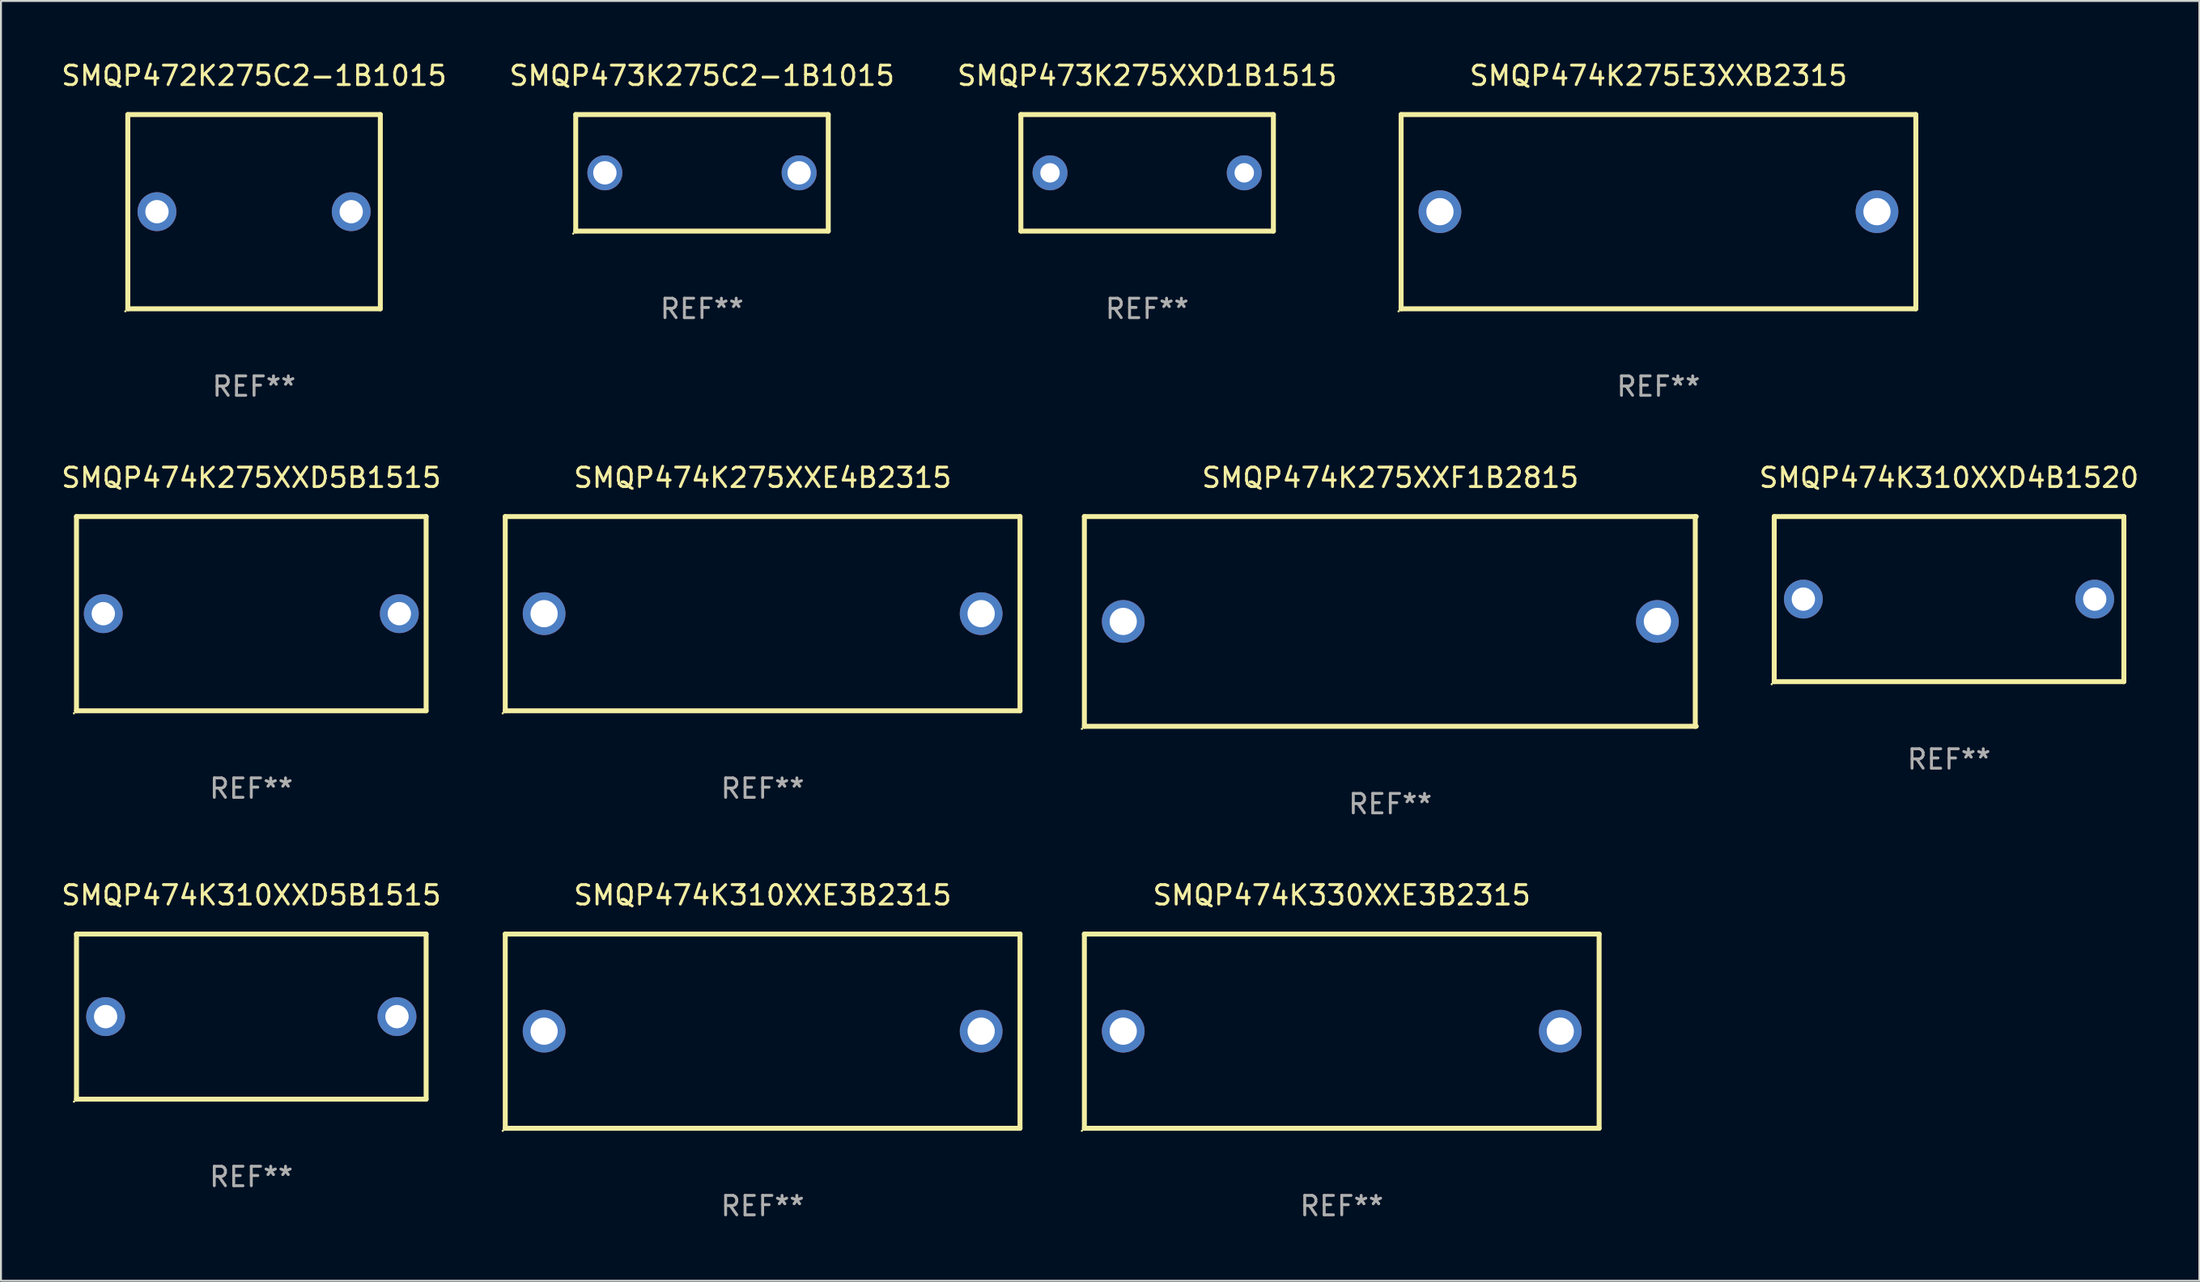
<source format=kicad_pcb>
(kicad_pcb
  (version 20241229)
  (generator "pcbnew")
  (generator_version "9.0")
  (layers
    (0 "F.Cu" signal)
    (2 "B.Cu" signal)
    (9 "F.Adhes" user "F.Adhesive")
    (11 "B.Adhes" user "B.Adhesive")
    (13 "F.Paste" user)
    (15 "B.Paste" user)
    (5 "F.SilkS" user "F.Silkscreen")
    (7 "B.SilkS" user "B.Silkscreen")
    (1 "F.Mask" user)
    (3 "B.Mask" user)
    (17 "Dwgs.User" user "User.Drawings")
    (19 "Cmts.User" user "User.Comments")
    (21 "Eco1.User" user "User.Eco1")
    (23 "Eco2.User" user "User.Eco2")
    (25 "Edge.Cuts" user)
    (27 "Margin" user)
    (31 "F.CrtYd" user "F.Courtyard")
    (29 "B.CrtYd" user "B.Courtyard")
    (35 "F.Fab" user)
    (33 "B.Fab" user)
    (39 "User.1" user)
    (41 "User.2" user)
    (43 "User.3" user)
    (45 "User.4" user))
  (footprint "SMQP473K275C2-1B1015"
    (layer "F.Cu")
    (at 33.089 5.848)
    (property "Reference" "SMQP473K275C2-1B1015" (at 0 -5 0) (layer "F.SilkS") (effects (font (size 1 1) (thickness 0.15))))
    (attr through_hole)
    (fp_line (start -6.5 -3) (end 6.5 -3) (stroke (width 0.254) (type solid)) (layer "F.SilkS"))
    (fp_line (start -6.5 3) (end -6.5 -3) (stroke (width 0.254) (type solid)) (layer "F.SilkS"))
    (fp_line (start -6.5 3) (end 6.5 3) (stroke (width 0.254) (type solid)) (layer "F.SilkS"))
    (fp_line (start 6.5 -3) (end 6.5 3) (stroke (width 0.254) (type solid)) (layer "F.SilkS"))
    (fp_circle (center -6.627 3.127) (end -6.597 3.127) (stroke (width 0.06) (type solid)) (fill no) (layer "F.SilkS"))
    (fp_text user "REF**" (at 0 7 0) (layer "F.Fab") (effects (font (size 1 1) (thickness 0.15))))
    (pad "1" thru_hole circle (at -5 0) (size 1.8 1.8) (drill 1.2) (layers "*.Cu" "*.Mask"))
    (pad "2" thru_hole circle (at 5 0) (size 1.8 1.8) (drill 1.2) (layers "*.Cu" "*.Mask")))
  (footprint "SMQP473K275XXD1B1515"
    (layer "F.Cu")
    (at 56.006 5.848)
    (property "Reference" "SMQP473K275XXD1B1515" (at 0 -5 0) (layer "F.SilkS") (effects (font (size 1 1) (thickness 0.15))))
    (attr through_hole)
    (fp_line (start -6.5 -3) (end 6.5 -3) (stroke (width 0.254) (type solid)) (layer "F.SilkS"))
    (fp_line (start -6.5 3) (end -6.5 -3) (stroke (width 0.254) (type solid)) (layer "F.SilkS"))
    (fp_line (start 6.5 -3) (end 6.5 3) (stroke (width 0.254) (type solid)) (layer "F.SilkS"))
    (fp_line (start 6.5 3) (end -6.5 3) (stroke (width 0.254) (type solid)) (layer "F.SilkS"))
    (fp_circle (center -6.5 3) (end -6.47 3) (stroke (width 0.06) (type solid)) (fill no) (layer "F.SilkS"))
    (fp_text user "REF**" (at 0 7 0) (layer "F.Fab") (effects (font (size 1 1) (thickness 0.15))))
    (pad "1" thru_hole circle (at -5 0) (size 1.8 1.8) (drill 1) (layers "*.Cu" "*.Mask"))
    (pad "2" thru_hole circle (at 5 0) (size 1.8 1.8) (drill 1) (layers "*.Cu" "*.Mask")))
  (footprint "SMQP474K330XXE3B2315"
    (layer "F.Cu")
    (at 66.025 50.041)
    (property "Reference" "SMQP474K330XXE3B2315" (at 0 -7 0) (layer "F.SilkS") (effects (font (size 1 1) (thickness 0.15))))
    (attr through_hole)
    (fp_line (start -13.25 -5) (end 13.25 -5) (stroke (width 0.254) (type solid)) (layer "F.SilkS"))
    (fp_line (start -13.25 5) (end -13.25 -5) (stroke (width 0.254) (type solid)) (layer "F.SilkS"))
    (fp_line (start 13.25 -5) (end 13.25 5) (stroke (width 0.254) (type solid)) (layer "F.SilkS"))
    (fp_line (start 13.25 5) (end -13.25 5) (stroke (width 0.254) (type solid)) (layer "F.SilkS"))
    (fp_circle (center -13.377 5.127) (end -13.347 5.127) (stroke (width 0.06) (type solid)) (fill no) (layer "F.SilkS"))
    (fp_text user "REF**" (at 0 9 0) (layer "F.Fab") (effects (font (size 1 1) (thickness 0.15))))
    (pad "1" thru_hole circle (at -11.25 0) (size 2.2 2.2) (drill 1.4) (layers "*.Cu" "*.Mask"))
    (pad "2" thru_hole circle (at 11.25 0) (size 2.2 2.2) (drill 1.4) (layers "*.Cu" "*.Mask")))
  (footprint "SMQP474K275XXD5B1515"
    (layer "F.Cu")
    (at 9.887 28.545)
    (property "Reference" "SMQP474K275XXD5B1515" (at 0 -7 0) (layer "F.SilkS") (effects (font (size 1 1) (thickness 0.15))))
    (attr through_hole)
    (fp_line (start -9 -5) (end 9 -5) (stroke (width 0.254) (type solid)) (layer "F.SilkS"))
    (fp_line (start -9 5) (end -9 -5) (stroke (width 0.254) (type solid)) (layer "F.SilkS"))
    (fp_line (start 9 -5) (end 9 5) (stroke (width 0.254) (type solid)) (layer "F.SilkS"))
    (fp_line (start 9 5) (end -9 5) (stroke (width 0.254) (type solid)) (layer "F.SilkS"))
    (fp_circle (center -9.127 5.127) (end -9.097 5.127) (stroke (width 0.06) (type solid)) (fill no) (layer "F.SilkS"))
    (fp_text user "REF**" (at 0 9 0) (layer "F.Fab") (effects (font (size 1 1) (thickness 0.15))))
    (pad "1" thru_hole circle (at -7.62 0) (size 2 2) (drill 1.2) (layers "*.Cu" "*.Mask"))
    (pad "2" thru_hole circle (at 7.62 0) (size 2 2) (drill 1.2) (layers "*.Cu" "*.Mask")))
  (footprint "SMQP474K275E3XXB2315"
    (layer "F.Cu")
    (at 82.33 7.848)
    (property "Reference" "SMQP474K275E3XXB2315" (at 0 -7 0) (layer "F.SilkS") (effects (font (size 1 1) (thickness 0.15))))
    (attr through_hole)
    (fp_line (start -13.25 -5) (end 13.25 -5) (stroke (width 0.254) (type solid)) (layer "F.SilkS"))
    (fp_line (start -13.25 5) (end -13.25 -5) (stroke (width 0.254) (type solid)) (layer "F.SilkS"))
    (fp_line (start 13.25 -5) (end 13.25 5) (stroke (width 0.254) (type solid)) (layer "F.SilkS"))
    (fp_line (start 13.25 5) (end -13.25 5) (stroke (width 0.254) (type solid)) (layer "F.SilkS"))
    (fp_circle (center -13.377 5.127) (end -13.347 5.127) (stroke (width 0.06) (type solid)) (fill no) (layer "F.SilkS"))
    (fp_text user "REF**" (at 0 9 0) (layer "F.Fab") (effects (font (size 1 1) (thickness 0.15))))
    (pad "1" thru_hole circle (at -11.25 0) (size 2.2 2.2) (drill 1.4) (layers "*.Cu" "*.Mask"))
    (pad "2" thru_hole circle (at 11.25 0) (size 2.2 2.2) (drill 1.4) (layers "*.Cu" "*.Mask")))
  (footprint "SMQP474K275XXF1B2815"
    (layer "F.Cu")
    (at 68.525 28.945)
    (property "Reference" "SMQP474K275XXF1B2815" (at 0 -7.4 0) (layer "F.SilkS") (effects (font (size 1 1) (thickness 0.15))))
    (attr through_hole)
    (fp_line (start -15.75 -5.4) (end 15.75 -5.4) (stroke (width 0.254) (type solid)) (layer "F.SilkS"))
    (fp_line (start -15.75 5.4) (end -15.75 -5.4) (stroke (width 0.254) (type solid)) (layer "F.SilkS"))
    (fp_line (start 15.7 -5.4) (end 15.7 5.4) (stroke (width 0.254) (type solid)) (layer "F.SilkS"))
    (fp_line (start 15.75 5.4) (end -15.75 5.4) (stroke (width 0.254) (type solid)) (layer "F.SilkS"))
    (fp_circle (center -15.877 5.527) (end -15.847 5.527) (stroke (width 0.06) (type solid)) (fill no) (layer "F.SilkS"))
    (fp_text user "REF**" (at 0 9.4 0) (layer "F.Fab") (effects (font (size 1 1) (thickness 0.15))))
    (pad "1" thru_hole circle (at -13.75 0) (size 2.2 2.2) (drill 1.4) (layers "*.Cu" "*.Mask"))
    (pad "2" thru_hole circle (at 13.75 0) (size 2.2 2.2) (drill 1.4) (layers "*.Cu" "*.Mask")))
  (footprint "SMQP474K275XXE4B2315"
    (layer "F.Cu")
    (at 36.211 28.545)
    (property "Reference" "SMQP474K275XXE4B2315" (at 0 -7 0) (layer "F.SilkS") (effects (font (size 1 1) (thickness 0.15))))
    (attr through_hole)
    (fp_line (start -13.25 -5) (end 13.25 -5) (stroke (width 0.254) (type solid)) (layer "F.SilkS"))
    (fp_line (start -13.25 5) (end -13.25 -5) (stroke (width 0.254) (type solid)) (layer "F.SilkS"))
    (fp_line (start 13.25 -5) (end 13.25 5) (stroke (width 0.254) (type solid)) (layer "F.SilkS"))
    (fp_line (start 13.25 5) (end -13.25 5) (stroke (width 0.254) (type solid)) (layer "F.SilkS"))
    (fp_circle (center -13.377 5.127) (end -13.347 5.127) (stroke (width 0.06) (type solid)) (fill no) (layer "F.SilkS"))
    (fp_text user "REF**" (at 0 9 0) (layer "F.Fab") (effects (font (size 1 1) (thickness 0.15))))
    (pad "1" thru_hole circle (at -11.25 0) (size 2.2 2.2) (drill 1.4) (layers "*.Cu" "*.Mask"))
    (pad "2" thru_hole circle (at 11.25 0) (size 2.2 2.2) (drill 1.4) (layers "*.Cu" "*.Mask")))
  (footprint "SMQP472K275C2-1B1015"
    (layer "F.Cu")
    (at 10.03 7.848)
    (property "Reference" "SMQP472K275C2-1B1015" (at 0 -7 0) (layer "F.SilkS") (effects (font (size 1 1) (thickness 0.15))))
    (attr through_hole)
    (fp_line (start -6.5 -5) (end -6.5 5) (stroke (width 0.254) (type solid)) (layer "F.SilkS"))
    (fp_line (start -6.5 -5) (end 6.5 -5) (stroke (width 0.254) (type solid)) (layer "F.SilkS"))
    (fp_line (start 6.5 -5) (end 6.5 5) (stroke (width 0.254) (type solid)) (layer "F.SilkS"))
    (fp_line (start 6.5 5) (end -6.5 5) (stroke (width 0.254) (type solid)) (layer "F.SilkS"))
    (fp_circle (center -6.627 5.127) (end -6.597 5.127) (stroke (width 0.06) (type solid)) (fill no) (layer "F.SilkS"))
    (fp_text user "REF**" (at 0 9 0) (layer "F.Fab") (effects (font (size 1 1) (thickness 0.15))))
    (pad "1" thru_hole circle (at -4.999 0) (size 2 2) (drill 1.2) (layers "*.Cu" "*.Mask"))
    (pad "2" thru_hole circle (at 5.001 0) (size 2 2) (drill 1.2) (layers "*.Cu" "*.Mask")))
  (footprint "SMQP474K310XXD4B1520"
    (layer "F.Cu")
    (at 97.289 27.795)
    (property "Reference" "SMQP474K310XXD4B1520" (at 0 -6.25 0) (layer "F.SilkS") (effects (font (size 1 1) (thickness 0.15))))
    (attr through_hole)
    (fp_line (start -9 -4.25) (end -9 4.25) (stroke (width 0.254) (type solid)) (layer "F.SilkS"))
    (fp_line (start -9 -4.25) (end 9 -4.25) (stroke (width 0.254) (type solid)) (layer "F.SilkS"))
    (fp_line (start 9 4.25) (end -9 4.25) (stroke (width 0.254) (type solid)) (layer "F.SilkS"))
    (fp_line (start 9 4.25) (end 9 -4.25) (stroke (width 0.254) (type solid)) (layer "F.SilkS"))
    (fp_circle (center -9.127 4.377) (end -9.097 4.377) (stroke (width 0.06) (type solid)) (fill no) (layer "F.SilkS"))
    (fp_text user "REF**" (at 0 8.25 0) (layer "F.Fab") (effects (font (size 1 1) (thickness 0.15))))
    (pad "1" thru_hole circle (at -7.5 0) (size 2 2) (drill 1.2) (layers "*.Cu" "*.Mask"))
    (pad "2" thru_hole circle (at 7.5 0) (size 2 2) (drill 1.2) (layers "*.Cu" "*.Mask")))
  (footprint "SMQP474K310XXD5B1515"
    (layer "F.Cu")
    (at 9.887 49.291)
    (property "Reference" "SMQP474K310XXD5B1515" (at 0 -6.25 0) (layer "F.SilkS") (effects (font (size 1 1) (thickness 0.15))))
    (attr through_hole)
    (fp_line (start -9 -4.25) (end -9 4.25) (stroke (width 0.254) (type solid)) (layer "F.SilkS"))
    (fp_line (start -9 -4.25) (end 9 -4.25) (stroke (width 0.254) (type solid)) (layer "F.SilkS"))
    (fp_line (start 9 4.25) (end -9 4.25) (stroke (width 0.254) (type solid)) (layer "F.SilkS"))
    (fp_line (start 9 4.25) (end 9 -4.25) (stroke (width 0.254) (type solid)) (layer "F.SilkS"))
    (fp_circle (center -9.127 4.377) (end -9.097 4.377) (stroke (width 0.06) (type solid)) (fill no) (layer "F.SilkS"))
    (fp_text user "REF**" (at 0 8.25 0) (layer "F.Fab") (effects (font (size 1 1) (thickness 0.15))))
    (pad "1" thru_hole circle (at -7.5 0) (size 2 2) (drill 1.2) (layers "*.Cu" "*.Mask"))
    (pad "2" thru_hole circle (at 7.5 0) (size 2 2) (drill 1.2) (layers "*.Cu" "*.Mask")))
  (footprint "SMQP474K310XXE3B2315"
    (layer "F.Cu")
    (at 36.211 50.041)
    (property "Reference" "SMQP474K310XXE3B2315" (at 0 -7 0) (layer "F.SilkS") (effects (font (size 1 1) (thickness 0.15))))
    (attr through_hole)
    (fp_line (start -13.25 -5) (end 13.25 -5) (stroke (width 0.254) (type solid)) (layer "F.SilkS"))
    (fp_line (start -13.25 5) (end -13.25 -5) (stroke (width 0.254) (type solid)) (layer "F.SilkS"))
    (fp_line (start 13.25 -5) (end 13.25 5) (stroke (width 0.254) (type solid)) (layer "F.SilkS"))
    (fp_line (start 13.25 5) (end -13.25 5) (stroke (width 0.254) (type solid)) (layer "F.SilkS"))
    (fp_circle (center -13.377 5.127) (end -13.347 5.127) (stroke (width 0.06) (type solid)) (fill no) (layer "F.SilkS"))
    (fp_text user "REF**" (at 0 9 0) (layer "F.Fab") (effects (font (size 1 1) (thickness 0.15))))
    (pad "1" thru_hole circle (at -11.25 0) (size 2.2 2.2) (drill 1.4) (layers "*.Cu" "*.Mask"))
    (pad "2" thru_hole circle (at 11.25 0) (size 2.2 2.2) (drill 1.4) (layers "*.Cu" "*.Mask")))
  (gr_rect
    (start -3 -3)
    (end 110.176 62.89)
    (stroke (width 0.1) (type default))
    (fill no)
    (layer "Edge.Cuts")))
</source>
